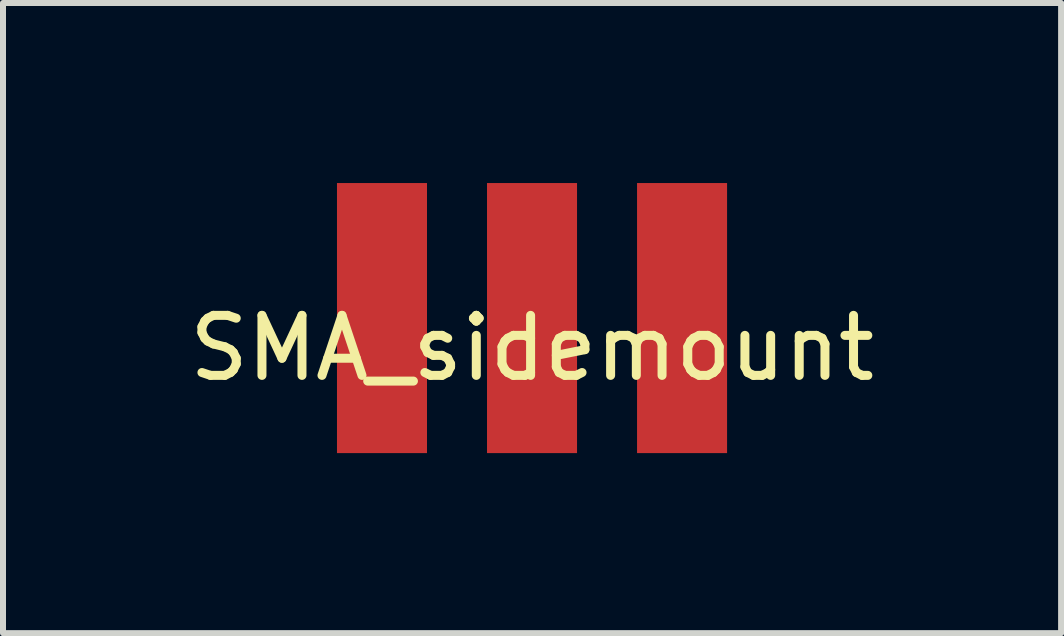
<source format=kicad_pcb>
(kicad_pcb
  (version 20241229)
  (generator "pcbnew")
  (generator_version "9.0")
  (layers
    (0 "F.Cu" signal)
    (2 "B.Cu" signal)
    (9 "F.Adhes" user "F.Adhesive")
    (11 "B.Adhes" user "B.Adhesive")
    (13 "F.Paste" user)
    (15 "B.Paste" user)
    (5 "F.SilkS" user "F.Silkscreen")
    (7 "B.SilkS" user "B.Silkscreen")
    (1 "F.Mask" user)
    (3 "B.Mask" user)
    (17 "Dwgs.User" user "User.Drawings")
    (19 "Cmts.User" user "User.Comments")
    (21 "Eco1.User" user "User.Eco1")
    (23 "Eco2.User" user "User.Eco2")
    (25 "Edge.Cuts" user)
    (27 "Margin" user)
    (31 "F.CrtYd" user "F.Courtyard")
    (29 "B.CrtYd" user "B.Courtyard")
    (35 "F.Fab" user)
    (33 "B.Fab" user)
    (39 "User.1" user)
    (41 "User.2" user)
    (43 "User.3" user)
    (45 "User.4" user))
  (footprint "SMA_sidemount"
    (layer "F.Cu")
    (at 5.815 2.25)
    (property "Reference" "SMA_sidemount" (at 0 0.5 0) (layer "F.SilkS") (effects (font (size 1 1) (thickness 0.15))))
    (attr through_hole)
    (pad "1" smd rect (at 0 0) (size 1.5 4.5) (layers "F.Cu" "F.Mask" "F.Paste"))
    (pad "2" smd rect (at -2.5 0) (size 1.5 4.5) (layers "F.Cu" "F.Mask" "F.Paste"))
    (pad "2" smd rect (at 2.5 0) (size 1.5 4.5) (layers "F.Cu" "F.Mask" "F.Paste")))
  (gr_rect
    (start -3 -3)
    (end 14.631 7.5)
    (stroke (width 0.1) (type default))
    (fill no)
    (layer "Edge.Cuts")))
</source>
